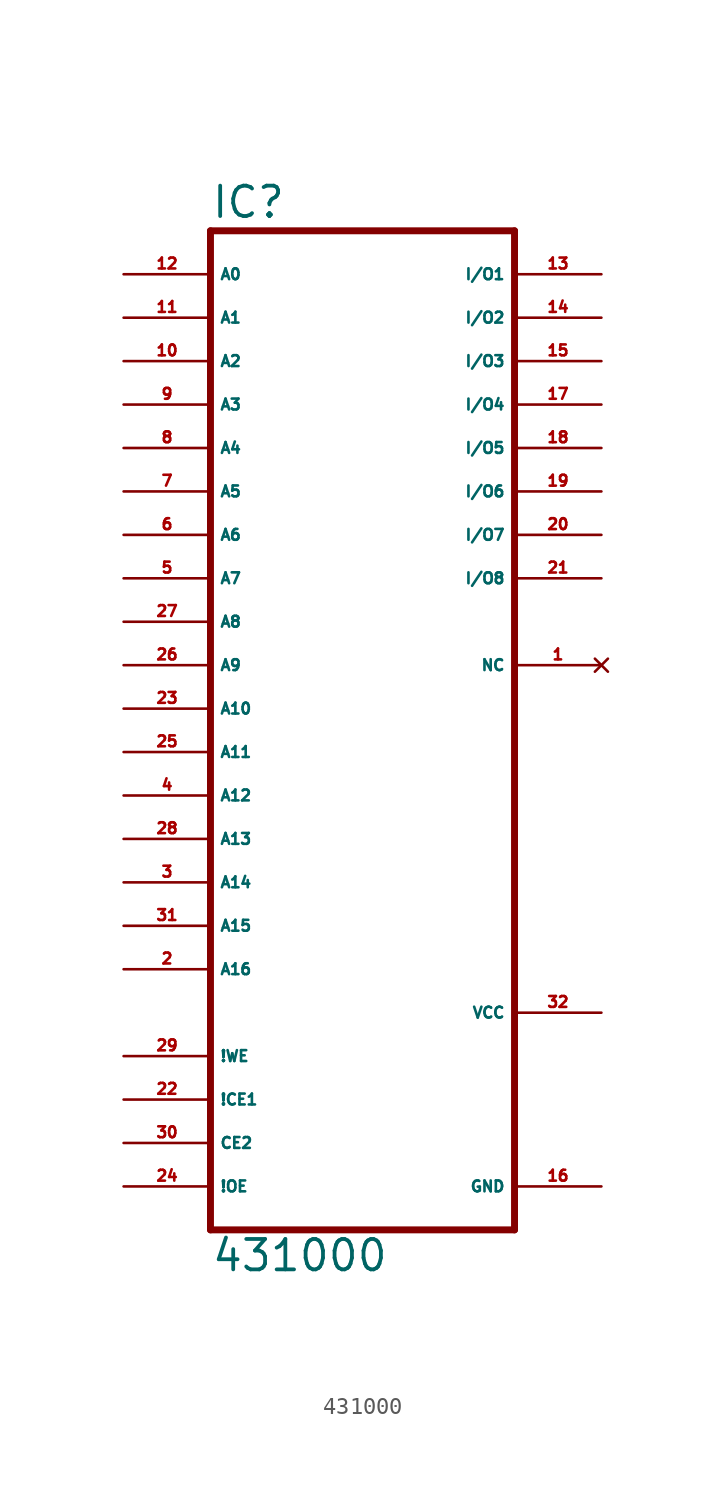
<source format=kicad_sym>
(kicad_symbol_lib
  (version 20220914)
  (generator Eagle2Kicad)
  (symbol "431000"
    (property "Reference" "IC"
      (at -7.62 20.955 0)
      (effects (font (size 1.778 1.778) (thickness 0.22)) (justify left bottom)))
    (property "Value" "431000"
      (at -7.62 -40.64 0)
      (effects (font (size 1.778 1.778) (thickness 0.22)) (justify left bottom)))
    (polyline
      (pts (xy -7.62 -38.1) (xy 10.16 -38.1))
      (stroke (width 0.406) (type default))
      (fill (type none)))
    (polyline
      (pts (xy 10.16 20.32) (xy 10.16 -38.1))
      (stroke (width 0.406) (type default))
      (fill (type none)))
    (polyline
      (pts (xy 10.16 20.32) (xy -7.62 20.32))
      (stroke (width 0.406) (type default))
      (fill (type none)))
    (polyline
      (pts (xy -7.62 -38.1) (xy -7.62 20.32))
      (stroke (width 0.406) (type default))
      (fill (type none)))
    (pin input line
      (at -12.7 17.78 0)
      (length 5.08)
      (name "A0" (effects (font (size 0.635 0.635) (thickness 0.08)) (justify left bottom)))
      (number "12" (effects (font (size 0.635 0.635) (thickness 0.08)) (justify left bottom))))
    (pin input line
      (at -12.7 15.24 0)
      (length 5.08)
      (name "A1" (effects (font (size 0.635 0.635) (thickness 0.08)) (justify left bottom)))
      (number "11" (effects (font (size 0.635 0.635) (thickness 0.08)) (justify left bottom))))
    (pin input line
      (at -12.7 12.7 0)
      (length 5.08)
      (name "A2" (effects (font (size 0.635 0.635) (thickness 0.08)) (justify left bottom)))
      (number "10" (effects (font (size 0.635 0.635) (thickness 0.08)) (justify left bottom))))
    (pin input line
      (at -12.7 10.16 0)
      (length 5.08)
      (name "A3" (effects (font (size 0.635 0.635) (thickness 0.08)) (justify left bottom)))
      (number "9" (effects (font (size 0.635 0.635) (thickness 0.08)) (justify left bottom))))
    (pin input line
      (at -12.7 7.62 0)
      (length 5.08)
      (name "A4" (effects (font (size 0.635 0.635) (thickness 0.08)) (justify left bottom)))
      (number "8" (effects (font (size 0.635 0.635) (thickness 0.08)) (justify left bottom))))
    (pin input line
      (at -12.7 5.08 0)
      (length 5.08)
      (name "A5" (effects (font (size 0.635 0.635) (thickness 0.08)) (justify left bottom)))
      (number "7" (effects (font (size 0.635 0.635) (thickness 0.08)) (justify left bottom))))
    (pin input line
      (at -12.7 2.54 0)
      (length 5.08)
      (name "A6" (effects (font (size 0.635 0.635) (thickness 0.08)) (justify left bottom)))
      (number "6" (effects (font (size 0.635 0.635) (thickness 0.08)) (justify left bottom))))
    (pin input line
      (at -12.7 0 0)
      (length 5.08)
      (name "A7" (effects (font (size 0.635 0.635) (thickness 0.08)) (justify left bottom)))
      (number "5" (effects (font (size 0.635 0.635) (thickness 0.08)) (justify left bottom))))
    (pin input line
      (at -12.7 -2.54 0)
      (length 5.08)
      (name "A8" (effects (font (size 0.635 0.635) (thickness 0.08)) (justify left bottom)))
      (number "27" (effects (font (size 0.635 0.635) (thickness 0.08)) (justify left bottom))))
    (pin input line
      (at -12.7 -5.08 0)
      (length 5.08)
      (name "A9" (effects (font (size 0.635 0.635) (thickness 0.08)) (justify left bottom)))
      (number "26" (effects (font (size 0.635 0.635) (thickness 0.08)) (justify left bottom))))
    (pin input line
      (at -12.7 -7.62 0)
      (length 5.08)
      (name "A10" (effects (font (size 0.635 0.635) (thickness 0.08)) (justify left bottom)))
      (number "23" (effects (font (size 0.635 0.635) (thickness 0.08)) (justify left bottom))))
    (pin input line
      (at -12.7 -10.16 0)
      (length 5.08)
      (name "A11" (effects (font (size 0.635 0.635) (thickness 0.08)) (justify left bottom)))
      (number "25" (effects (font (size 0.635 0.635) (thickness 0.08)) (justify left bottom))))
    (pin input line
      (at -12.7 -12.7 0)
      (length 5.08)
      (name "A12" (effects (font (size 0.635 0.635) (thickness 0.08)) (justify left bottom)))
      (number "4" (effects (font (size 0.635 0.635) (thickness 0.08)) (justify left bottom))))
    (pin input line
      (at -12.7 -15.24 0)
      (length 5.08)
      (name "A13" (effects (font (size 0.635 0.635) (thickness 0.08)) (justify left bottom)))
      (number "28" (effects (font (size 0.635 0.635) (thickness 0.08)) (justify left bottom))))
    (pin input line
      (at -12.7 -17.78 0)
      (length 5.08)
      (name "A14" (effects (font (size 0.635 0.635) (thickness 0.08)) (justify left bottom)))
      (number "3" (effects (font (size 0.635 0.635) (thickness 0.08)) (justify left bottom))))
    (pin input line
      (at -12.7 -20.32 0)
      (length 5.08)
      (name "A15" (effects (font (size 0.635 0.635) (thickness 0.08)) (justify left bottom)))
      (number "31" (effects (font (size 0.635 0.635) (thickness 0.08)) (justify left bottom))))
    (pin input line
      (at -12.7 -22.86 0)
      (length 5.08)
      (name "A16" (effects (font (size 0.635 0.635) (thickness 0.08)) (justify left bottom)))
      (number "2" (effects (font (size 0.635 0.635) (thickness 0.08)) (justify left bottom))))
    (pin bidirectional line
      (at 15.24 17.78 180)
      (length 5.08)
      (name "I/O1" (effects (font (size 0.635 0.635) (thickness 0.08)) (justify left bottom)))
      (number "13" (effects (font (size 0.635 0.635) (thickness 0.08)) (justify left bottom))))
    (pin bidirectional line
      (at 15.24 15.24 180)
      (length 5.08)
      (name "I/O2" (effects (font (size 0.635 0.635) (thickness 0.08)) (justify left bottom)))
      (number "14" (effects (font (size 0.635 0.635) (thickness 0.08)) (justify left bottom))))
    (pin bidirectional line
      (at 15.24 12.7 180)
      (length 5.08)
      (name "I/O3" (effects (font (size 0.635 0.635) (thickness 0.08)) (justify left bottom)))
      (number "15" (effects (font (size 0.635 0.635) (thickness 0.08)) (justify left bottom))))
    (pin bidirectional line
      (at 15.24 10.16 180)
      (length 5.08)
      (name "I/O4" (effects (font (size 0.635 0.635) (thickness 0.08)) (justify left bottom)))
      (number "17" (effects (font (size 0.635 0.635) (thickness 0.08)) (justify left bottom))))
    (pin bidirectional line
      (at 15.24 7.62 180)
      (length 5.08)
      (name "I/O5" (effects (font (size 0.635 0.635) (thickness 0.08)) (justify left bottom)))
      (number "18" (effects (font (size 0.635 0.635) (thickness 0.08)) (justify left bottom))))
    (pin bidirectional line
      (at 15.24 5.08 180)
      (length 5.08)
      (name "I/O6" (effects (font (size 0.635 0.635) (thickness 0.08)) (justify left bottom)))
      (number "19" (effects (font (size 0.635 0.635) (thickness 0.08)) (justify left bottom))))
    (pin bidirectional line
      (at 15.24 2.54 180)
      (length 5.08)
      (name "I/O7" (effects (font (size 0.635 0.635) (thickness 0.08)) (justify left bottom)))
      (number "20" (effects (font (size 0.635 0.635) (thickness 0.08)) (justify left bottom))))
    (pin bidirectional line
      (at 15.24 0 180)
      (length 5.08)
      (name "I/O8" (effects (font (size 0.635 0.635) (thickness 0.08)) (justify left bottom)))
      (number "21" (effects (font (size 0.635 0.635) (thickness 0.08)) (justify left bottom))))
    (pin no_connect line
      (at 15.24 -5.08 180)
      (length 5.08)
      (name "NC" (effects (font (size 0.635 0.635) (thickness 0.08)) (justify left bottom) hide))
      (number "1" (effects (font (size 0.635 0.635) (thickness 0.08)) (justify left bottom) hide)))
    (pin input line
      (at -12.7 -30.48 0)
      (length 5.08)
      (name "!CE1" (effects (font (size 0.635 0.635) (thickness 0.08)) (justify left bottom)))
      (number "22" (effects (font (size 0.635 0.635) (thickness 0.08)) (justify left bottom))))
    (pin input line
      (at -12.7 -35.56 0)
      (length 5.08)
      (name "!OE" (effects (font (size 0.635 0.635) (thickness 0.08)) (justify left bottom)))
      (number "24" (effects (font (size 0.635 0.635) (thickness 0.08)) (justify left bottom))))
    (pin input line
      (at -12.7 -27.94 0)
      (length 5.08)
      (name "!WE" (effects (font (size 0.635 0.635) (thickness 0.08)) (justify left bottom)))
      (number "29" (effects (font (size 0.635 0.635) (thickness 0.08)) (justify left bottom))))
    (pin input line
      (at -12.7 -33.02 0)
      (length 5.08)
      (name "CE2" (effects (font (size 0.635 0.635) (thickness 0.08)) (justify left bottom)))
      (number "30" (effects (font (size 0.635 0.635) (thickness 0.08)) (justify left bottom))))
    (pin unspecified line
      (at 15.24 -35.56 180)
      (length 5.08)
      (name "GND" (effects (font (size 0.635 0.635) (thickness 0.08)) (justify left bottom)))
      (number "16" (effects (font (size 0.635 0.635) (thickness 0.08)) (justify left bottom))))
    (pin unspecified line
      (at 15.24 -25.4 180)
      (length 5.08)
      (name "VCC" (effects (font (size 0.635 0.635) (thickness 0.08)) (justify left bottom)))
      (number "32" (effects (font (size 0.635 0.635) (thickness 0.08)) (justify left bottom))))))
</source>
